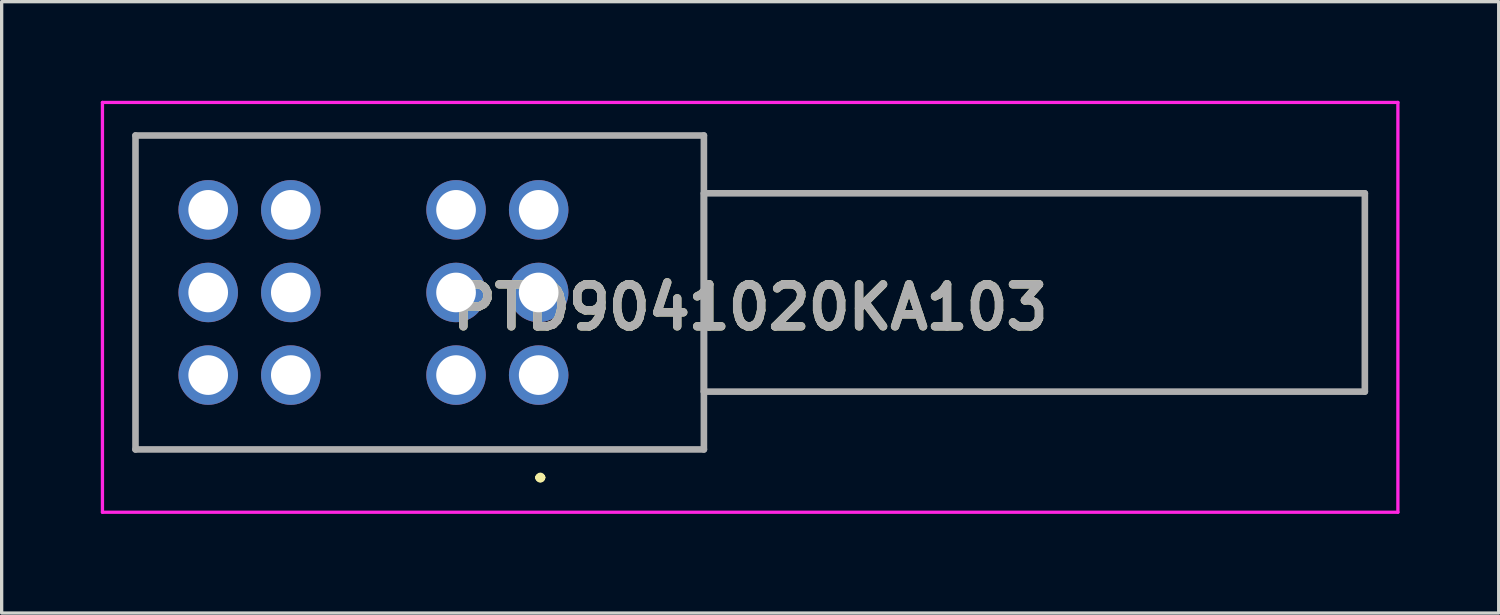
<source format=kicad_pcb>
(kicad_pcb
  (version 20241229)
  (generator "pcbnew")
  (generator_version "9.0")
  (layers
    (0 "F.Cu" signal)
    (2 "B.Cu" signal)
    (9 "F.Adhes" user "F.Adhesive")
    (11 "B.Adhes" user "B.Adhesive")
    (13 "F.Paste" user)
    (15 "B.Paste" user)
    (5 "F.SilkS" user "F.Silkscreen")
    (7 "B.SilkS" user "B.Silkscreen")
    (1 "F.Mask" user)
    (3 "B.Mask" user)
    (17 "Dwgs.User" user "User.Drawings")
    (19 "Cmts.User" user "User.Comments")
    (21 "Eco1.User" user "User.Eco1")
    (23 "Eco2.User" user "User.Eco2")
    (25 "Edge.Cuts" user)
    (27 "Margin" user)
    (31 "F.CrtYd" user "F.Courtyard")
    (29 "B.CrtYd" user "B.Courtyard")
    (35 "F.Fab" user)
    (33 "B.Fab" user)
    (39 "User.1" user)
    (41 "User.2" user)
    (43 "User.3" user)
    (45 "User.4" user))
  (footprint "PTD9041020KA103"
    (layer "F.Cu")
    (at 13.25 8.3)
    (property "Reference" "PTD9041020KA103" (at 6.4 -2.05 0) (layer "F.SilkS") (effects (font (size 1.27 1.27) (thickness 0.254))))
    (attr through_hole)
    (fp_line (start -12.2 -7.25) (end 5 -7.25) (stroke (width 0.1) (type solid)) (layer "F.SilkS"))
    (fp_line (start -12.2 2.25) (end -12.2 -7.25) (stroke (width 0.1) (type solid)) (layer "F.SilkS"))
    (fp_line (start 0 3.1) (end 0 3.1) (stroke (width 0.2) (type solid)) (layer "F.SilkS"))
    (fp_line (start 0 3.1) (end 0 3.1) (stroke (width 0.2) (type solid)) (layer "F.SilkS"))
    (fp_line (start 0.1 3.1) (end 0.1 3.1) (stroke (width 0.2) (type solid)) (layer "F.SilkS"))
    (fp_line (start 5 -7.25) (end 5 2.25) (stroke (width 0.1) (type solid)) (layer "F.SilkS"))
    (fp_line (start 5 -5.5) (end 25 -5.5) (stroke (width 0.1) (type solid)) (layer "F.SilkS"))
    (fp_line (start 5 0.5) (end 5 -5.5) (stroke (width 0.1) (type solid)) (layer "F.SilkS"))
    (fp_line (start 5 2.25) (end -12.2 2.25) (stroke (width 0.1) (type solid)) (layer "F.SilkS"))
    (fp_line (start 25 -5.5) (end 25 0.5) (stroke (width 0.1) (type solid)) (layer "F.SilkS"))
    (fp_line (start 25 0.5) (end 5 0.5) (stroke (width 0.1) (type solid)) (layer "F.SilkS"))
    (fp_arc (start 0 3.1) (mid 0.05 3.05) (end 0.1 3.1) (stroke (width 0.2) (type solid)) (layer "F.SilkS"))
    (fp_arc (start 0.1 3.1) (mid 0.05 3.15) (end 0 3.1) (stroke (width 0.2) (type solid)) (layer "F.SilkS"))
    (fp_arc (start 0.1 3.1) (mid 0.05 3.15) (end 0 3.1) (stroke (width 0.2) (type solid)) (layer "F.SilkS"))
    (fp_line (start -13.2 -8.25) (end 26 -8.25) (stroke (width 0.1) (type solid)) (layer "F.CrtYd"))
    (fp_line (start -13.2 4.15) (end -13.2 -8.25) (stroke (width 0.1) (type solid)) (layer "F.CrtYd"))
    (fp_line (start 26 -8.25) (end 26 4.15) (stroke (width 0.1) (type solid)) (layer "F.CrtYd"))
    (fp_line (start 26 4.15) (end -13.2 4.15) (stroke (width 0.1) (type solid)) (layer "F.CrtYd"))
    (fp_line (start -12.2 -7.25) (end -12.2 2.25) (stroke (width 0.2) (type solid)) (layer "F.Fab"))
    (fp_line (start -12.2 2.25) (end 5 2.25) (stroke (width 0.2) (type solid)) (layer "F.Fab"))
    (fp_line (start 5 -7.25) (end -12.2 -7.25) (stroke (width 0.2) (type solid)) (layer "F.Fab"))
    (fp_line (start 5 -5.5) (end 5 0.5) (stroke (width 0.2) (type solid)) (layer "F.Fab"))
    (fp_line (start 5 0.5) (end 25 0.5) (stroke (width 0.2) (type solid)) (layer "F.Fab"))
    (fp_line (start 5 2.25) (end 5 -7.25) (stroke (width 0.2) (type solid)) (layer "F.Fab"))
    (fp_line (start 25 -5.5) (end 5 -5.5) (stroke (width 0.2) (type solid)) (layer "F.Fab"))
    (fp_line (start 25 0.5) (end 25 -5.5) (stroke (width 0.2) (type solid)) (layer "F.Fab"))
    (fp_text user "${REFERENCE}" (at 6.4 -2.05 0) (layer "F.Fab") (effects (font (size 1.27 1.27) (thickness 0.254))))
    (pad "R11" thru_hole circle (at 0 0) (size 1.8 1.8) (drill 1.2) (layers "*.Cu" "*.Mask"))
    (pad "R12" thru_hole circle (at 0 -2.5) (size 1.8 1.8) (drill 1.2) (layers "*.Cu" "*.Mask"))
    (pad "R13" thru_hole circle (at 0 -5) (size 1.8 1.8) (drill 1.2) (layers "*.Cu" "*.Mask"))
    (pad "R21" thru_hole circle (at -2.5 0) (size 1.8 1.8) (drill 1.2) (layers "*.Cu" "*.Mask"))
    (pad "R22" thru_hole circle (at -2.5 -2.5) (size 1.8 1.8) (drill 1.2) (layers "*.Cu" "*.Mask"))
    (pad "R23" thru_hole circle (at -2.5 -5) (size 1.8 1.8) (drill 1.2) (layers "*.Cu" "*.Mask"))
    (pad "R31" thru_hole circle (at -7.5 0) (size 1.8 1.8) (drill 1.2) (layers "*.Cu" "*.Mask"))
    (pad "R32" thru_hole circle (at -7.5 -2.5) (size 1.8 1.8) (drill 1.2) (layers "*.Cu" "*.Mask"))
    (pad "R33" thru_hole circle (at -7.5 -5) (size 1.8 1.8) (drill 1.2) (layers "*.Cu" "*.Mask"))
    (pad "R41" thru_hole circle (at -10 0) (size 1.8 1.8) (drill 1.2) (layers "*.Cu" "*.Mask"))
    (pad "R42" thru_hole circle (at -10 -2.5) (size 1.8 1.8) (drill 1.2) (layers "*.Cu" "*.Mask"))
    (pad "R43" thru_hole circle (at -10 -5) (size 1.8 1.8) (drill 1.2) (layers "*.Cu" "*.Mask")))
  (gr_rect
    (start -3 -3)
    (end 42.3 15.5)
    (stroke (width 0.1) (type default))
    (fill no)
    (layer "Edge.Cuts")))
</source>
